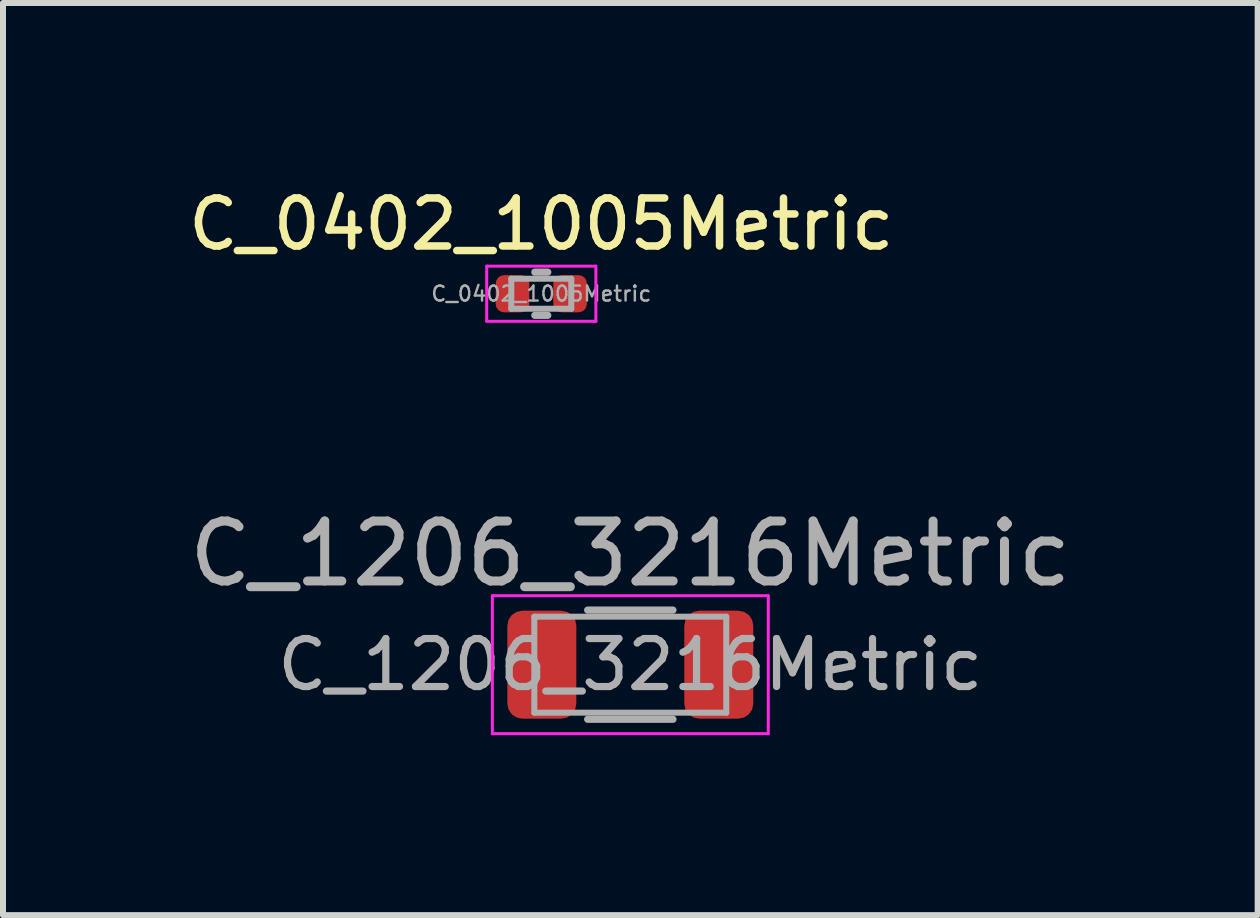
<source format=kicad_pcb>
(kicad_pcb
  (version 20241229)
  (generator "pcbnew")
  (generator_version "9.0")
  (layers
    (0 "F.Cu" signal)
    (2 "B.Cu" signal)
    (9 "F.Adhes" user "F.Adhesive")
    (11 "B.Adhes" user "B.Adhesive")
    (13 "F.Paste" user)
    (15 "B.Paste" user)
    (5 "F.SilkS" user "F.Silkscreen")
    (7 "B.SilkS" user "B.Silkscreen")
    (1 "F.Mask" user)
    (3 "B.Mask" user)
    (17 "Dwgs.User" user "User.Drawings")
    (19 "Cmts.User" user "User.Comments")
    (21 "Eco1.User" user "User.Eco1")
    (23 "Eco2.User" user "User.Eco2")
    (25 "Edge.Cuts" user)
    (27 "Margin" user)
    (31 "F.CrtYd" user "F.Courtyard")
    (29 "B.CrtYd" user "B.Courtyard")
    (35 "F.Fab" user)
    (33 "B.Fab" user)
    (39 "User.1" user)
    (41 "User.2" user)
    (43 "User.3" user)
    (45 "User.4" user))
  (footprint "C_1206_3216Metric"
    (layer "F.Cu")
    (at 7.458 8.031)
    (property "Reference" "C_1206_3216Metric" (at 0 -1.85 0) (layer "F.Fab") (effects (font (size 1 1) (thickness 0.15))))
    (attr smd)
    (fp_line (start -2.3 -1.15) (end 2.3 -1.15) (stroke (width 0.05) (type solid)) (layer "F.CrtYd"))
    (fp_line (start -2.3 1.15) (end -2.3 -1.15) (stroke (width 0.05) (type solid)) (layer "F.CrtYd"))
    (fp_line (start 2.3 -1.15) (end 2.3 1.15) (stroke (width 0.05) (type solid)) (layer "F.CrtYd"))
    (fp_line (start 2.3 1.15) (end -2.3 1.15) (stroke (width 0.05) (type solid)) (layer "F.CrtYd"))
    (fp_line (start -1.6 -0.8) (end 1.6 -0.8) (stroke (width 0.1) (type solid)) (layer "F.Fab"))
    (fp_line (start -1.6 0.8) (end -1.6 -0.8) (stroke (width 0.1) (type solid)) (layer "F.Fab"))
    (fp_line (start -0.711 -0.91) (end 0.711 -0.91) (stroke (width 0.12) (type solid)) (layer "F.Fab"))
    (fp_line (start -0.711 0.91) (end 0.711 0.91) (stroke (width 0.12) (type solid)) (layer "F.Fab"))
    (fp_line (start 1.6 -0.8) (end 1.6 0.8) (stroke (width 0.1) (type solid)) (layer "F.Fab"))
    (fp_line (start 1.6 0.8) (end -1.6 0.8) (stroke (width 0.1) (type solid)) (layer "F.Fab"))
    (fp_text user "${REFERENCE}" (at 0 0 0) (layer "F.Fab") (effects (font (size 0.8 0.8) (thickness 0.12))))
    (pad "1" smd roundrect (at -1.475 0) (size 1.15 1.8) (layers "F.Cu" "F.Mask" "F.Paste") (roundrect_rratio 0.217))
    (pad "2" smd roundrect (at 1.475 0) (size 1.15 1.8) (layers "F.Cu" "F.Mask" "F.Paste") (roundrect_rratio 0.217)))
  (footprint "C_0402_1005Metric"
    (layer "F.Cu")
    (at 5.974 1.847)
    (property "Reference" "C_0402_1005Metric" (at 0 -1.16 0) (layer "F.SilkS") (effects (font (size 0.8 0.8) (thickness 0.125))))
    (attr smd)
    (fp_line (start -0.91 -0.46) (end 0.91 -0.46) (stroke (width 0.05) (type solid)) (layer "F.CrtYd"))
    (fp_line (start -0.91 0.46) (end -0.91 -0.46) (stroke (width 0.05) (type solid)) (layer "F.CrtYd"))
    (fp_line (start 0.91 -0.46) (end 0.91 0.46) (stroke (width 0.05) (type solid)) (layer "F.CrtYd"))
    (fp_line (start 0.91 0.46) (end -0.91 0.46) (stroke (width 0.05) (type solid)) (layer "F.CrtYd"))
    (fp_line (start -0.5 -0.25) (end 0.5 -0.25) (stroke (width 0.1) (type solid)) (layer "F.Fab"))
    (fp_line (start -0.5 0.25) (end -0.5 -0.25) (stroke (width 0.1) (type solid)) (layer "F.Fab"))
    (fp_line (start -0.108 -0.36) (end 0.108 -0.36) (stroke (width 0.12) (type solid)) (layer "F.Fab"))
    (fp_line (start -0.108 0.36) (end 0.108 0.36) (stroke (width 0.12) (type solid)) (layer "F.Fab"))
    (fp_line (start 0.5 -0.25) (end 0.5 0.25) (stroke (width 0.1) (type solid)) (layer "F.Fab"))
    (fp_line (start 0.5 0.25) (end -0.5 0.25) (stroke (width 0.1) (type solid)) (layer "F.Fab"))
    (fp_text user "${REFERENCE}" (at 0 0 0) (layer "F.Fab") (effects (font (size 0.25 0.25) (thickness 0.04))))
    (pad "1" smd roundrect (at -0.48 0) (size 0.56 0.62) (layers "F.Cu" "F.Mask" "F.Paste") (roundrect_rratio 0.25))
    (pad "2" smd roundrect (at 0.48 0) (size 0.56 0.62) (layers "F.Cu" "F.Mask" "F.Paste") (roundrect_rratio 0.25)))
  (gr_rect
    (start -3 -3)
    (end 17.917 12.206)
    (stroke (width 0.1) (type default))
    (fill no)
    (layer "Edge.Cuts")))
</source>
